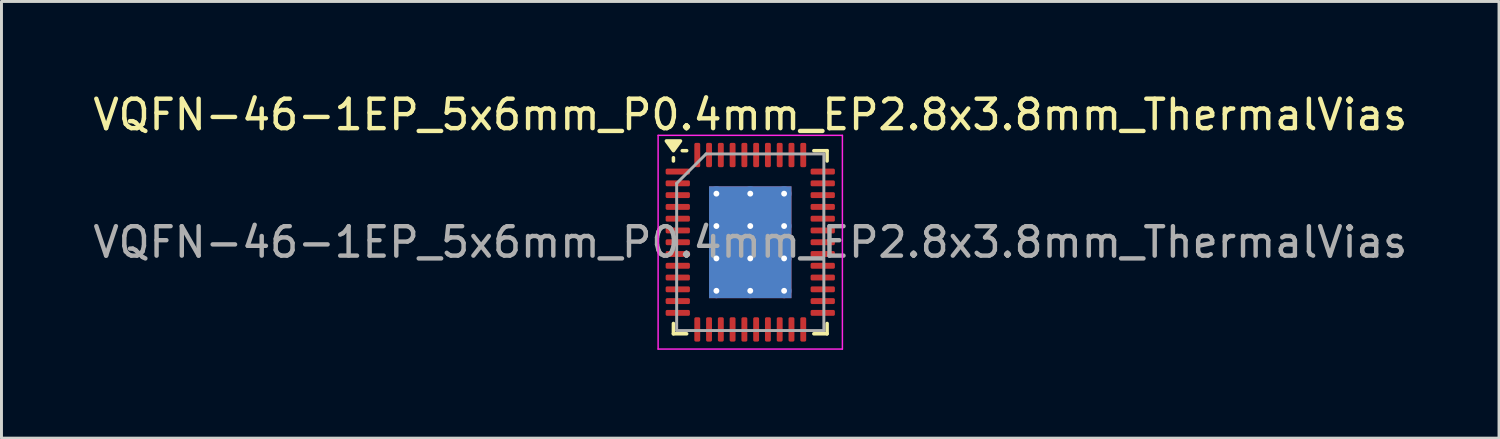
<source format=kicad_pcb>
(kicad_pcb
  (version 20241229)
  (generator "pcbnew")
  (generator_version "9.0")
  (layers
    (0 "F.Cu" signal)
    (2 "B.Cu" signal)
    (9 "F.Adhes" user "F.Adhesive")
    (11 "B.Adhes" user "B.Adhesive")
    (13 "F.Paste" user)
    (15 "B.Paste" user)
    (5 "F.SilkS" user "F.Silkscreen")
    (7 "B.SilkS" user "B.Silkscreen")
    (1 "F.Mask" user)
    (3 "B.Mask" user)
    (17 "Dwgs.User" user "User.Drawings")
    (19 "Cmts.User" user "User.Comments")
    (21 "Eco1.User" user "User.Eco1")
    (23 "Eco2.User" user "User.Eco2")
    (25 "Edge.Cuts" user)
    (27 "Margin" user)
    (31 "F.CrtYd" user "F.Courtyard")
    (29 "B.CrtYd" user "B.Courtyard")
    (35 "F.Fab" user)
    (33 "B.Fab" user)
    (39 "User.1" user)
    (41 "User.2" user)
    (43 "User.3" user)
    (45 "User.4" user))
  (footprint "VQFN-46-1EP_5x6mm_P0.4mm_EP2.8x3.8mm_ThermalVias"
    (layer "F.Cu")
    (at 22.435 5.178)
    (property "Reference" "VQFN-46-1EP_5x6mm_P0.4mm_EP2.8x3.8mm_ThermalVias" (at 0 -4.33 0) (layer "F.SilkS") (effects (font (size 1 1) (thickness 0.15))))
    (attr smd)
    (fp_line (start -2.61 -2.76) (end -2.61 -2.87) (stroke (width 0.12) (type solid)) (layer "F.SilkS"))
    (fp_line (start -2.61 3.11) (end -2.61 2.76) (stroke (width 0.12) (type solid)) (layer "F.SilkS"))
    (fp_line (start -2.16 -3.11) (end -2.31 -3.11) (stroke (width 0.12) (type solid)) (layer "F.SilkS"))
    (fp_line (start -2.16 3.11) (end -2.61 3.11) (stroke (width 0.12) (type solid)) (layer "F.SilkS"))
    (fp_line (start 2.16 -3.11) (end 2.61 -3.11) (stroke (width 0.12) (type solid)) (layer "F.SilkS"))
    (fp_line (start 2.16 3.11) (end 2.61 3.11) (stroke (width 0.12) (type solid)) (layer "F.SilkS"))
    (fp_line (start 2.61 -3.11) (end 2.61 -2.76) (stroke (width 0.12) (type solid)) (layer "F.SilkS"))
    (fp_line (start 2.61 3.11) (end 2.61 2.76) (stroke (width 0.12) (type solid)) (layer "F.SilkS"))
    (fp_poly (pts (xy -2.61 -3.11) (xy -2.85 -3.44) (xy -2.37 -3.44) (xy -2.61 -3.11)) (stroke (width 0.12) (type solid)) (fill yes) (layer "F.SilkS"))
    (fp_line (start -3.13 -3.63) (end -3.13 3.63) (stroke (width 0.05) (type solid)) (layer "F.CrtYd"))
    (fp_line (start -3.13 3.63) (end 3.13 3.63) (stroke (width 0.05) (type solid)) (layer "F.CrtYd"))
    (fp_line (start 3.13 -3.63) (end -3.13 -3.63) (stroke (width 0.05) (type solid)) (layer "F.CrtYd"))
    (fp_line (start 3.13 3.63) (end 3.13 -3.63) (stroke (width 0.05) (type solid)) (layer "F.CrtYd"))
    (fp_line (start -2.5 -2) (end -1.5 -3) (stroke (width 0.1) (type solid)) (layer "F.Fab"))
    (fp_line (start -2.5 3) (end -2.5 -2) (stroke (width 0.1) (type solid)) (layer "F.Fab"))
    (fp_line (start -1.5 -3) (end 2.5 -3) (stroke (width 0.1) (type solid)) (layer "F.Fab"))
    (fp_line (start 2.5 -3) (end 2.5 3) (stroke (width 0.1) (type solid)) (layer "F.Fab"))
    (fp_line (start 2.5 3) (end -2.5 3) (stroke (width 0.1) (type solid)) (layer "F.Fab"))
    (fp_text user "${REFERENCE}" (at 0 0 0) (layer "F.Fab") (effects (font (size 1 1) (thickness 0.15))))
    (pad "" smd roundrect (at -0.7 -1.27) (size 1.21 1.1) (layers "F.Paste") (roundrect_rratio 0.227))
    (pad "" smd roundrect (at -0.7 0) (size 1.21 1.1) (layers "F.Paste") (roundrect_rratio 0.227))
    (pad "" smd roundrect (at -0.7 1.27) (size 1.21 1.1) (layers "F.Paste") (roundrect_rratio 0.227))
    (pad "" smd roundrect (at 0.7 -1.27) (size 1.21 1.1) (layers "F.Paste") (roundrect_rratio 0.227))
    (pad "" smd roundrect (at 0.7 0) (size 1.21 1.1) (layers "F.Paste") (roundrect_rratio 0.227))
    (pad "" smd roundrect (at 0.7 1.27) (size 1.21 1.1) (layers "F.Paste") (roundrect_rratio 0.227))
    (pad "1" smd roundrect (at -2.462 -2.4) (size 0.825 0.2) (layers "F.Cu" "F.Mask" "F.Paste") (roundrect_rratio 0.25))
    (pad "2" smd roundrect (at -2.462 -2) (size 0.825 0.2) (layers "F.Cu" "F.Mask" "F.Paste") (roundrect_rratio 0.25))
    (pad "3" smd roundrect (at -2.462 -1.6) (size 0.825 0.2) (layers "F.Cu" "F.Mask" "F.Paste") (roundrect_rratio 0.25))
    (pad "4" smd roundrect (at -2.462 -1.2) (size 0.825 0.2) (layers "F.Cu" "F.Mask" "F.Paste") (roundrect_rratio 0.25))
    (pad "5" smd roundrect (at -2.462 -0.8) (size 0.825 0.2) (layers "F.Cu" "F.Mask" "F.Paste") (roundrect_rratio 0.25))
    (pad "6" smd roundrect (at -2.462 -0.4) (size 0.825 0.2) (layers "F.Cu" "F.Mask" "F.Paste") (roundrect_rratio 0.25))
    (pad "7" smd roundrect (at -2.462 0) (size 0.825 0.2) (layers "F.Cu" "F.Mask" "F.Paste") (roundrect_rratio 0.25))
    (pad "8" smd roundrect (at -2.462 0.4) (size 0.825 0.2) (layers "F.Cu" "F.Mask" "F.Paste") (roundrect_rratio 0.25))
    (pad "9" smd roundrect (at -2.462 0.8) (size 0.825 0.2) (layers "F.Cu" "F.Mask" "F.Paste") (roundrect_rratio 0.25))
    (pad "10" smd roundrect (at -2.462 1.2) (size 0.825 0.2) (layers "F.Cu" "F.Mask" "F.Paste") (roundrect_rratio 0.25))
    (pad "11" smd roundrect (at -2.462 1.6) (size 0.825 0.2) (layers "F.Cu" "F.Mask" "F.Paste") (roundrect_rratio 0.25))
    (pad "12" smd roundrect (at -2.462 2) (size 0.825 0.2) (layers "F.Cu" "F.Mask" "F.Paste") (roundrect_rratio 0.25))
    (pad "13" smd roundrect (at -2.462 2.4) (size 0.825 0.2) (layers "F.Cu" "F.Mask" "F.Paste") (roundrect_rratio 0.25))
    (pad "14" smd roundrect (at -1.8 2.962) (size 0.2 0.825) (layers "F.Cu" "F.Mask" "F.Paste") (roundrect_rratio 0.25))
    (pad "15" smd roundrect (at -1.4 2.962) (size 0.2 0.825) (layers "F.Cu" "F.Mask" "F.Paste") (roundrect_rratio 0.25))
    (pad "16" smd roundrect (at -1 2.962) (size 0.2 0.825) (layers "F.Cu" "F.Mask" "F.Paste") (roundrect_rratio 0.25))
    (pad "17" smd roundrect (at -0.6 2.962) (size 0.2 0.825) (layers "F.Cu" "F.Mask" "F.Paste") (roundrect_rratio 0.25))
    (pad "18" smd roundrect (at -0.2 2.962) (size 0.2 0.825) (layers "F.Cu" "F.Mask" "F.Paste") (roundrect_rratio 0.25))
    (pad "19" smd roundrect (at 0.2 2.962) (size 0.2 0.825) (layers "F.Cu" "F.Mask" "F.Paste") (roundrect_rratio 0.25))
    (pad "20" smd roundrect (at 0.6 2.962) (size 0.2 0.825) (layers "F.Cu" "F.Mask" "F.Paste") (roundrect_rratio 0.25))
    (pad "21" smd roundrect (at 1 2.962) (size 0.2 0.825) (layers "F.Cu" "F.Mask" "F.Paste") (roundrect_rratio 0.25))
    (pad "22" smd roundrect (at 1.4 2.962) (size 0.2 0.825) (layers "F.Cu" "F.Mask" "F.Paste") (roundrect_rratio 0.25))
    (pad "23" smd roundrect (at 1.8 2.962) (size 0.2 0.825) (layers "F.Cu" "F.Mask" "F.Paste") (roundrect_rratio 0.25))
    (pad "24" smd roundrect (at 2.462 2.4) (size 0.825 0.2) (layers "F.Cu" "F.Mask" "F.Paste") (roundrect_rratio 0.25))
    (pad "25" smd roundrect (at 2.462 2) (size 0.825 0.2) (layers "F.Cu" "F.Mask" "F.Paste") (roundrect_rratio 0.25))
    (pad "26" smd roundrect (at 2.462 1.6) (size 0.825 0.2) (layers "F.Cu" "F.Mask" "F.Paste") (roundrect_rratio 0.25))
    (pad "27" smd roundrect (at 2.462 1.2) (size 0.825 0.2) (layers "F.Cu" "F.Mask" "F.Paste") (roundrect_rratio 0.25))
    (pad "28" smd roundrect (at 2.462 0.8) (size 0.825 0.2) (layers "F.Cu" "F.Mask" "F.Paste") (roundrect_rratio 0.25))
    (pad "29" smd roundrect (at 2.462 0.4) (size 0.825 0.2) (layers "F.Cu" "F.Mask" "F.Paste") (roundrect_rratio 0.25))
    (pad "30" smd roundrect (at 2.462 0) (size 0.825 0.2) (layers "F.Cu" "F.Mask" "F.Paste") (roundrect_rratio 0.25))
    (pad "31" smd roundrect (at 2.462 -0.4) (size 0.825 0.2) (layers "F.Cu" "F.Mask" "F.Paste") (roundrect_rratio 0.25))
    (pad "32" smd roundrect (at 2.462 -0.8) (size 0.825 0.2) (layers "F.Cu" "F.Mask" "F.Paste") (roundrect_rratio 0.25))
    (pad "33" smd roundrect (at 2.462 -1.2) (size 0.825 0.2) (layers "F.Cu" "F.Mask" "F.Paste") (roundrect_rratio 0.25))
    (pad "34" smd roundrect (at 2.462 -1.6) (size 0.825 0.2) (layers "F.Cu" "F.Mask" "F.Paste") (roundrect_rratio 0.25))
    (pad "35" smd roundrect (at 2.462 -2) (size 0.825 0.2) (layers "F.Cu" "F.Mask" "F.Paste") (roundrect_rratio 0.25))
    (pad "36" smd roundrect (at 2.462 -2.4) (size 0.825 0.2) (layers "F.Cu" "F.Mask" "F.Paste") (roundrect_rratio 0.25))
    (pad "37" smd roundrect (at 1.8 -2.962) (size 0.2 0.825) (layers "F.Cu" "F.Mask" "F.Paste") (roundrect_rratio 0.25))
    (pad "38" smd roundrect (at 1.4 -2.962) (size 0.2 0.825) (layers "F.Cu" "F.Mask" "F.Paste") (roundrect_rratio 0.25))
    (pad "39" smd roundrect (at 1 -2.962) (size 0.2 0.825) (layers "F.Cu" "F.Mask" "F.Paste") (roundrect_rratio 0.25))
    (pad "40" smd roundrect (at 0.6 -2.962) (size 0.2 0.825) (layers "F.Cu" "F.Mask" "F.Paste") (roundrect_rratio 0.25))
    (pad "41" smd roundrect (at 0.2 -2.962) (size 0.2 0.825) (layers "F.Cu" "F.Mask" "F.Paste") (roundrect_rratio 0.25))
    (pad "42" smd roundrect (at -0.2 -2.962) (size 0.2 0.825) (layers "F.Cu" "F.Mask" "F.Paste") (roundrect_rratio 0.25))
    (pad "43" smd roundrect (at -0.6 -2.962) (size 0.2 0.825) (layers "F.Cu" "F.Mask" "F.Paste") (roundrect_rratio 0.25))
    (pad "44" smd roundrect (at -1 -2.962) (size 0.2 0.825) (layers "F.Cu" "F.Mask" "F.Paste") (roundrect_rratio 0.25))
    (pad "45" smd roundrect (at -1.4 -2.962) (size 0.2 0.825) (layers "F.Cu" "F.Mask" "F.Paste") (roundrect_rratio 0.25))
    (pad "46" smd roundrect (at -1.8 -2.962) (size 0.2 0.825) (layers "F.Cu" "F.Mask" "F.Paste") (roundrect_rratio 0.25))
    (pad "47" thru_hole circle (at -1.15 -1.65) (size 0.5 0.5) (drill 0.2) (property pad_prop_heatsink) (layers "*.Cu"))
    (pad "47" thru_hole circle (at -1.15 -0.55) (size 0.5 0.5) (drill 0.2) (property pad_prop_heatsink) (layers "*.Cu"))
    (pad "47" thru_hole circle (at -1.15 0.55) (size 0.5 0.5) (drill 0.2) (property pad_prop_heatsink) (layers "*.Cu"))
    (pad "47" thru_hole circle (at -1.15 1.65) (size 0.5 0.5) (drill 0.2) (property pad_prop_heatsink) (layers "*.Cu"))
    (pad "47" thru_hole circle (at 0 -1.65) (size 0.5 0.5) (drill 0.2) (property pad_prop_heatsink) (layers "*.Cu"))
    (pad "47" thru_hole circle (at 0 -0.55) (size 0.5 0.5) (drill 0.2) (property pad_prop_heatsink) (layers "*.Cu"))
    (pad "47" smd rect (at 0 0) (size 2.8 3.8) (property pad_prop_heatsink) (layers "F.Cu" "F.Mask"))
    (pad "47" smd rect (at 0 0) (size 2.8 3.8) (property pad_prop_heatsink) (layers "B.Cu"))
    (pad "47" thru_hole circle (at 0 0.55) (size 0.5 0.5) (drill 0.2) (property pad_prop_heatsink) (layers "*.Cu"))
    (pad "47" thru_hole circle (at 0 1.65) (size 0.5 0.5) (drill 0.2) (property pad_prop_heatsink) (layers "*.Cu"))
    (pad "47" thru_hole circle (at 1.15 -1.65) (size 0.5 0.5) (drill 0.2) (property pad_prop_heatsink) (layers "*.Cu"))
    (pad "47" thru_hole circle (at 1.15 -0.55) (size 0.5 0.5) (drill 0.2) (property pad_prop_heatsink) (layers "*.Cu"))
    (pad "47" thru_hole circle (at 1.15 0.55) (size 0.5 0.5) (drill 0.2) (property pad_prop_heatsink) (layers "*.Cu"))
    (pad "47" thru_hole circle (at 1.15 1.65) (size 0.5 0.5) (drill 0.2) (property pad_prop_heatsink) (layers "*.Cu")))
  (gr_rect
    (start -3 -3)
    (end 47.869 11.833)
    (stroke (width 0.1) (type default))
    (fill no)
    (layer "Edge.Cuts")))
</source>
